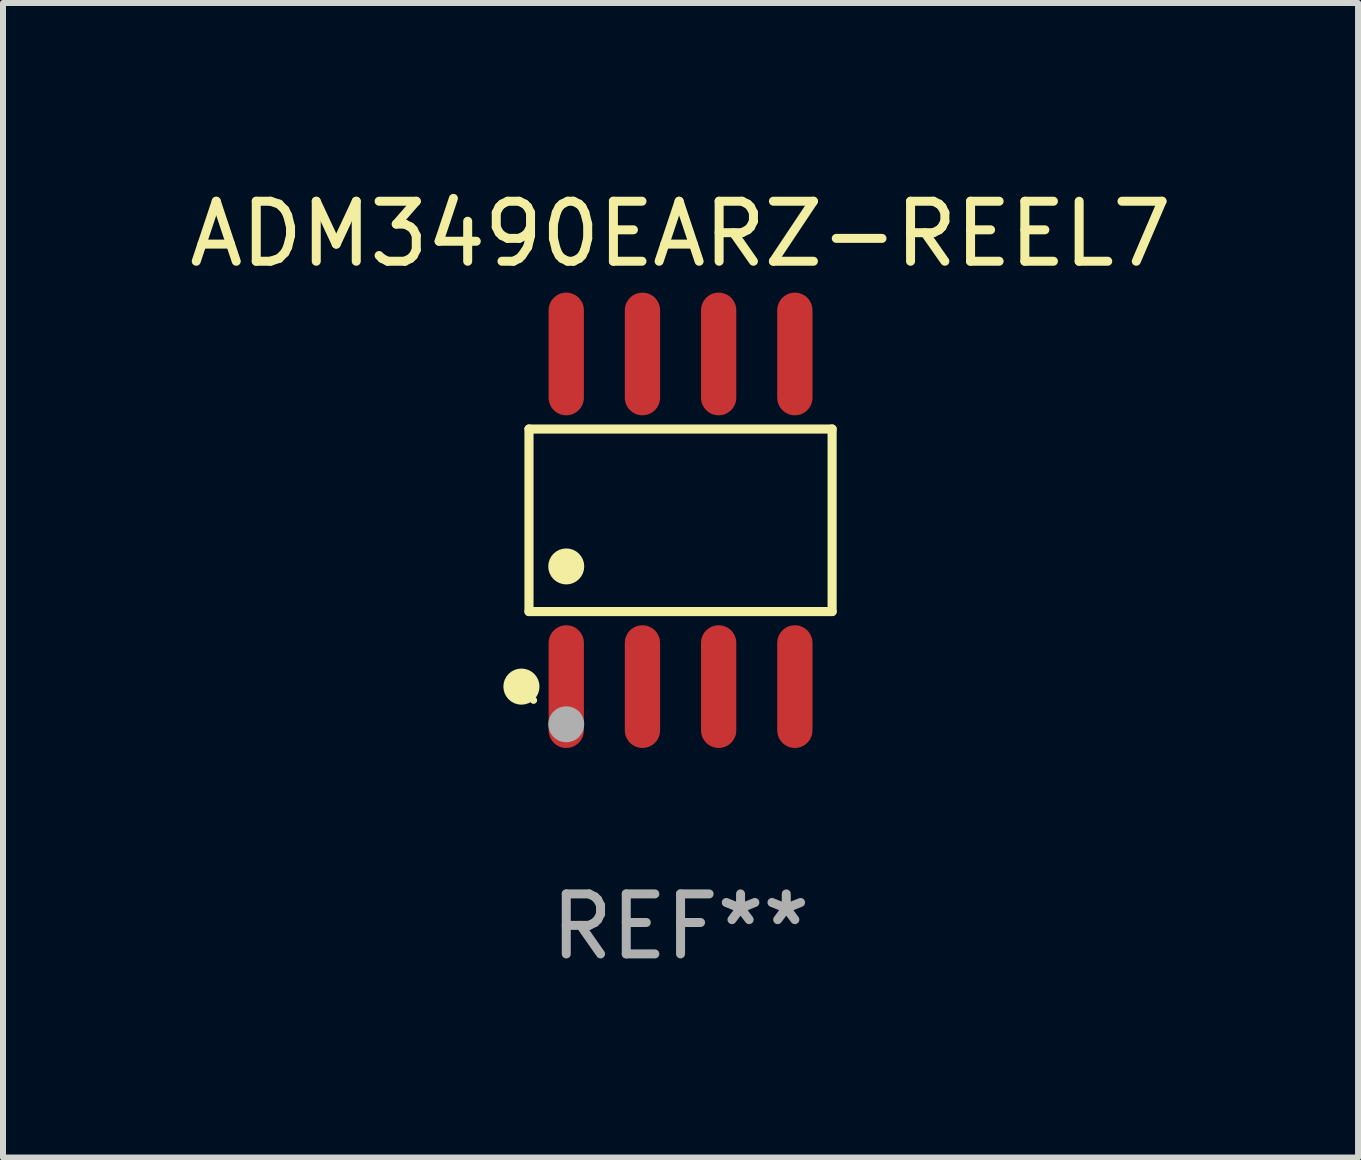
<source format=kicad_pcb>
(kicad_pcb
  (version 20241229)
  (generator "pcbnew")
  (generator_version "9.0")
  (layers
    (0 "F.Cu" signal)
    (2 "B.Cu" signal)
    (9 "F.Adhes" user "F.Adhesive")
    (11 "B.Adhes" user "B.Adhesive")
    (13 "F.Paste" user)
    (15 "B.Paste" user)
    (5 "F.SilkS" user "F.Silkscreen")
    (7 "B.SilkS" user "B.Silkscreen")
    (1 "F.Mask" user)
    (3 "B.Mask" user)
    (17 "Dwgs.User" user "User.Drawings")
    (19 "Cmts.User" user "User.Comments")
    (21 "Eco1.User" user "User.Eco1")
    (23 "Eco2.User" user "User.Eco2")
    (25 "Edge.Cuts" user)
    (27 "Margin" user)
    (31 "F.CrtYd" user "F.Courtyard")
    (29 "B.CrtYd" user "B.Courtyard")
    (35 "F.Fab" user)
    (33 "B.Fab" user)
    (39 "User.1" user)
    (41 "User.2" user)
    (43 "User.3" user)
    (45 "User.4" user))
  (footprint "ADM3490EARZ-REEL7"
    (layer "F.Cu")
    (at 8.292 5.621)
    (property "Reference" "ADM3490EARZ-REEL7" (at 0 -4.772 0) (layer "F.SilkS") (effects (font (size 1 1) (thickness 0.15))))
    (attr through_hole)
    (fp_line (start -2.526 -1.521) (end 2.526 -1.521) (stroke (width 0.152) (type solid)) (layer "F.SilkS"))
    (fp_line (start -2.526 1.521) (end -2.526 -1.521) (stroke (width 0.152) (type solid)) (layer "F.SilkS"))
    (fp_line (start 2.526 -1.521) (end 2.526 1.521) (stroke (width 0.152) (type solid)) (layer "F.SilkS"))
    (fp_line (start 2.526 1.521) (end -2.526 1.521) (stroke (width 0.152) (type solid)) (layer "F.SilkS"))
    (fp_circle (center -2.652 2.772) (end -2.501 2.772) (stroke (width 0.3) (type solid)) (fill no) (layer "F.SilkS"))
    (fp_circle (center -2.45 3) (end -2.42 3) (stroke (width 0.06) (type solid)) (fill no) (layer "F.SilkS"))
    (fp_circle (center -1.905 0.769) (end -1.755 0.769) (stroke (width 0.3) (type solid)) (fill no) (layer "F.SilkS"))
    (fp_circle (center -1.905 3.4) (end -1.755 3.4) (stroke (width 0.3) (type solid)) (fill no) (layer "F.Fab"))
    (fp_text user "REF**" (at 0 6.772 0) (layer "F.Fab") (effects (font (size 1 1) (thickness 0.15))))
    (pad "1" smd oval (at -1.905 2.772) (size 0.588 2.045) (layers "F.Cu" "F.Mask" "F.Paste"))
    (pad "2" smd oval (at -0.635 2.772) (size 0.588 2.045) (layers "F.Cu" "F.Mask" "F.Paste"))
    (pad "3" smd oval (at 0.635 2.772) (size 0.588 2.045) (layers "F.Cu" "F.Mask" "F.Paste"))
    (pad "4" smd oval (at 1.905 2.772) (size 0.588 2.045) (layers "F.Cu" "F.Mask" "F.Paste"))
    (pad "5" smd oval (at 1.905 -2.772) (size 0.588 2.045) (layers "F.Cu" "F.Mask" "F.Paste"))
    (pad "6" smd oval (at 0.635 -2.772) (size 0.588 2.045) (layers "F.Cu" "F.Mask" "F.Paste"))
    (pad "7" smd oval (at -0.635 -2.772) (size 0.588 2.045) (layers "F.Cu" "F.Mask" "F.Paste"))
    (pad "8" smd oval (at -1.905 -2.772) (size 0.588 2.045) (layers "F.Cu" "F.Mask" "F.Paste")))
  (gr_rect
    (start -3 -3)
    (end 19.583 16.241)
    (stroke (width 0.1) (type default))
    (fill no)
    (layer "Edge.Cuts")))
</source>
